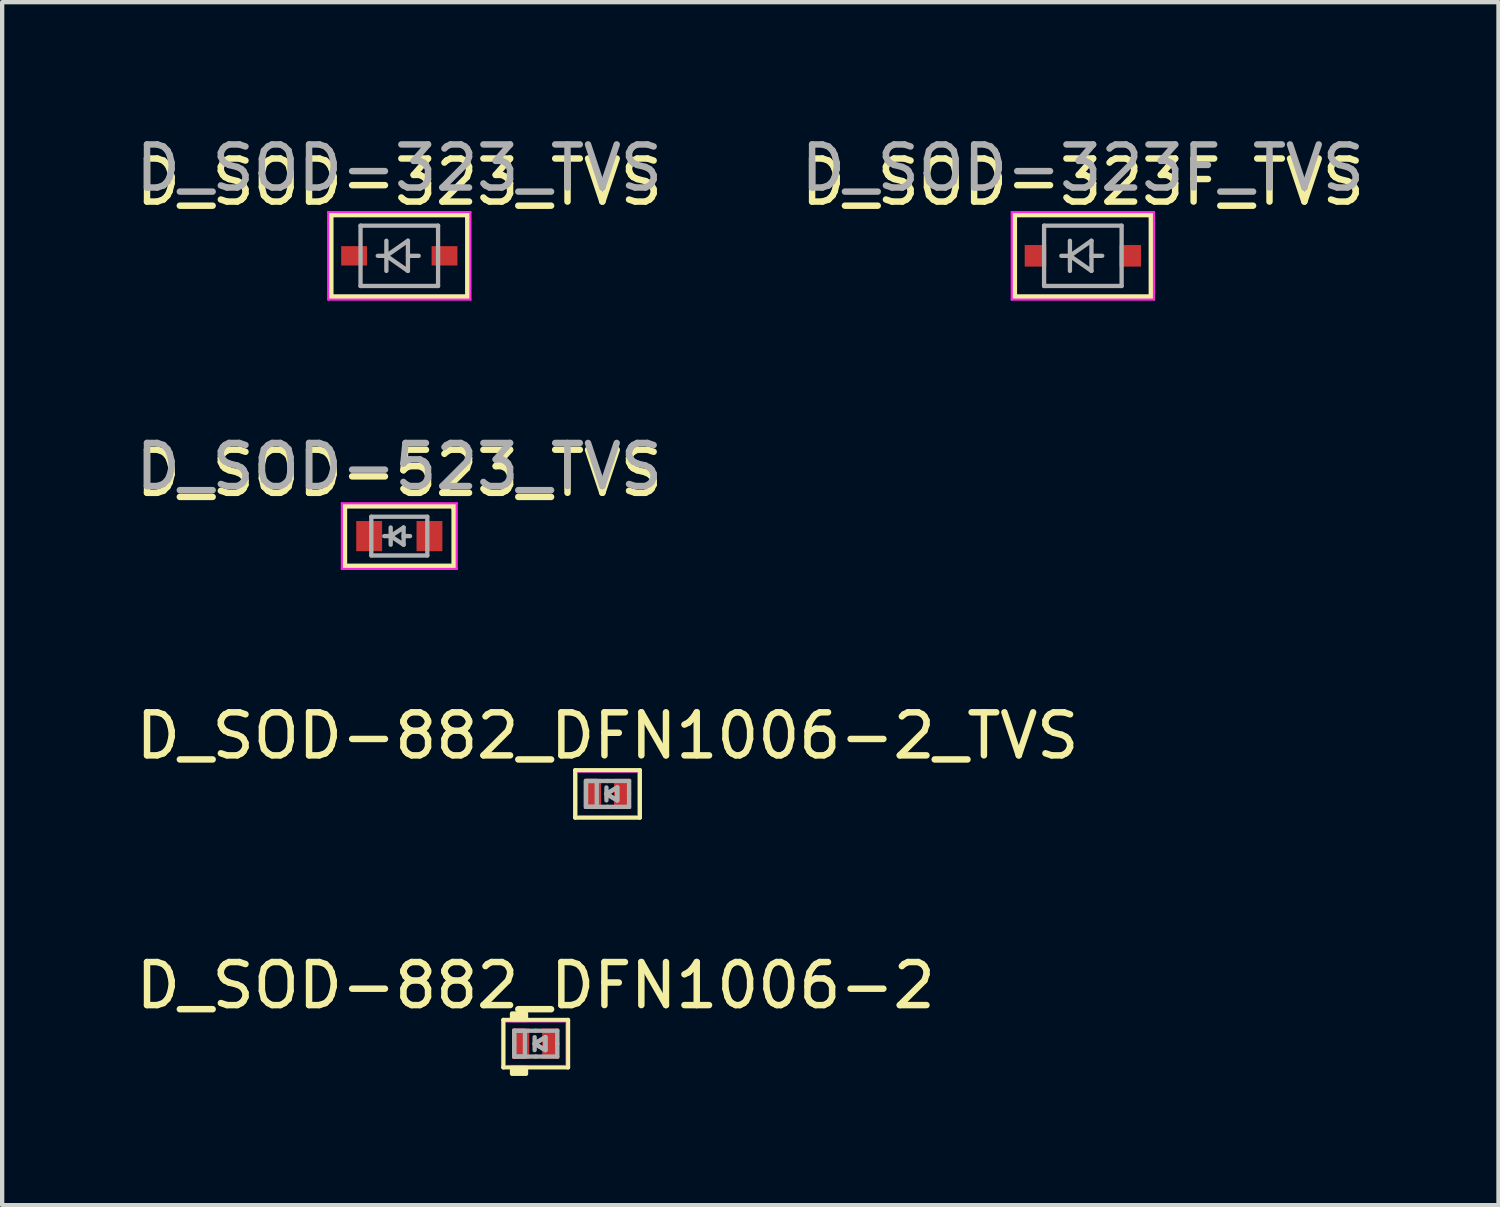
<source format=kicad_pcb>
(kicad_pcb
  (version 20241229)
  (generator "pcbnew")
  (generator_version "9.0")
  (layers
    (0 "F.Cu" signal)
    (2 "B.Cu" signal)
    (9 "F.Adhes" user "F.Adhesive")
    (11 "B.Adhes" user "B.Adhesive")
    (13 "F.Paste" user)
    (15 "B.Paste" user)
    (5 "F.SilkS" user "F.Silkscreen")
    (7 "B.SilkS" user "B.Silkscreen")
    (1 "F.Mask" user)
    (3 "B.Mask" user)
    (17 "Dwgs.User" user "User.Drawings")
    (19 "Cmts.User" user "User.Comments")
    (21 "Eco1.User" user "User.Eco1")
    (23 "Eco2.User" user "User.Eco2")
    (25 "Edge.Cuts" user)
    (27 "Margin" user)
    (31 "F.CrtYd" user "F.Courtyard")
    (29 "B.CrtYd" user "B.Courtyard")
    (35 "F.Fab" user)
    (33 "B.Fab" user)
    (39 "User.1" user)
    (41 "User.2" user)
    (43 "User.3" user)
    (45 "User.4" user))
  (footprint "D_SOD-323F_TVS"
    (layer "F.Cu")
    (at 22.089 2.889)
    (property "Reference" "D_SOD-323F_TVS" (at 0 -1.714 0) (layer "F.SilkS") (effects (font (size 1 1) (thickness 0.15))))
    (attr smd)
    (fp_line (start -1.587 -0.953) (end -1.587 0.953) (stroke (width 0.12) (type solid)) (layer "F.SilkS"))
    (fp_line (start -1.587 0.953) (end 1.587 0.953) (stroke (width 0.12) (type solid)) (layer "F.SilkS"))
    (fp_line (start 1.587 -0.953) (end -1.587 -0.953) (stroke (width 0.12) (type solid)) (layer "F.SilkS"))
    (fp_line (start 1.587 0.953) (end 1.587 -0.953) (stroke (width 0.12) (type solid)) (layer "F.SilkS"))
    (fp_line (start -1.651 -1.016) (end -1.651 1.016) (stroke (width 0.05) (type solid)) (layer "F.CrtYd"))
    (fp_line (start -1.651 -1.016) (end 1.651 -1.016) (stroke (width 0.05) (type solid)) (layer "F.CrtYd"))
    (fp_line (start -1.651 1.016) (end 1.651 1.016) (stroke (width 0.05) (type solid)) (layer "F.CrtYd"))
    (fp_line (start 1.651 -1.016) (end 1.651 1.016) (stroke (width 0.05) (type solid)) (layer "F.CrtYd"))
    (fp_line (start -0.9 -0.7) (end 0.9 -0.7) (stroke (width 0.1) (type solid)) (layer "F.Fab"))
    (fp_line (start -0.9 0.7) (end -0.9 -0.7) (stroke (width 0.1) (type solid)) (layer "F.Fab"))
    (fp_line (start -0.3 -0.35) (end -0.3 0.35) (stroke (width 0.1) (type solid)) (layer "F.Fab"))
    (fp_line (start -0.3 0) (end -0.5 0) (stroke (width 0.1) (type solid)) (layer "F.Fab"))
    (fp_line (start -0.3 0) (end 0.2 -0.35) (stroke (width 0.1) (type solid)) (layer "F.Fab"))
    (fp_line (start 0.2 -0.35) (end 0.2 0.35) (stroke (width 0.1) (type solid)) (layer "F.Fab"))
    (fp_line (start 0.2 0) (end 0.45 0) (stroke (width 0.1) (type solid)) (layer "F.Fab"))
    (fp_line (start 0.2 0.35) (end -0.3 0) (stroke (width 0.1) (type solid)) (layer "F.Fab"))
    (fp_line (start 0.9 -0.7) (end 0.9 0.7) (stroke (width 0.1) (type solid)) (layer "F.Fab"))
    (fp_line (start 0.9 0.7) (end -0.9 0.7) (stroke (width 0.1) (type solid)) (layer "F.Fab"))
    (fp_text user "${REFERENCE}" (at 0 -2.041 0) (layer "F.Fab") (effects (font (size 1 1) (thickness 0.15))))
    (pad "1" smd rect (at -1.1 0) (size 0.5 0.5) (layers "F.Cu" "F.Mask" "F.Paste"))
    (pad "2" smd rect (at 1.1 0) (size 0.5 0.5) (layers "F.Cu" "F.Mask" "F.Paste")))
  (footprint "D_SOD-882_DFN1006-2"
    (layer "F.Cu")
    (at 9.387 21.179)
    (property "Reference" "D_SOD-882_DFN1006-2" (at 0 -1.35 0) (unlocked yes) (layer "F.SilkS") (effects (font (size 1 1) (thickness 0.15))))
    (fp_line (start -0.75 -0.55) (end 0.75 -0.55) (stroke (width 0.1) (type solid)) (layer "F.SilkS"))
    (fp_line (start -0.75 0.55) (end -0.75 -0.55) (stroke (width 0.1) (type solid)) (layer "F.SilkS"))
    (fp_line (start 0.75 -0.55) (end 0.75 0.55) (stroke (width 0.1) (type solid)) (layer "F.SilkS"))
    (fp_line (start 0.75 0.55) (end -0.75 0.55) (stroke (width 0.1) (type solid)) (layer "F.SilkS"))
    (fp_rect (start -0.55 -0.55) (end -0.225 -0.7) (stroke (width 0.1) (type solid)) (fill yes) (layer "F.SilkS"))
    (fp_rect (start -0.55 0.7) (end -0.225 0.55) (stroke (width 0.1) (type solid)) (fill yes) (layer "F.SilkS"))
    (fp_line (start -0.7 -0.5) (end -0.7 0.5) (stroke (width 0.013) (type solid)) (layer "F.CrtYd"))
    (fp_line (start -0.7 -0.5) (end 0.7 -0.5) (stroke (width 0.013) (type solid)) (layer "F.CrtYd"))
    (fp_line (start -0.7 0.5) (end 0.7 0.5) (stroke (width 0.013) (type solid)) (layer "F.CrtYd"))
    (fp_line (start 0.7 -0.5) (end 0.7 0.5) (stroke (width 0.013) (type solid)) (layer "F.CrtYd"))
    (fp_line (start -0.5 -0.3) (end -0.5 0) (stroke (width 0.1) (type solid)) (layer "F.Fab"))
    (fp_line (start -0.5 0) (end -0.5 0.3) (stroke (width 0.1) (type solid)) (layer "F.Fab"))
    (fp_line (start -0.025 -0.15) (end -0.025 0.15) (stroke (width 0.1) (type solid)) (layer "F.Fab"))
    (fp_line (start -0.025 0) (end 0.225 -0.15) (stroke (width 0.1) (type solid)) (layer "F.Fab"))
    (fp_line (start 0 -0.3) (end -0.5 -0.3) (stroke (width 0.1) (type solid)) (layer "F.Fab"))
    (fp_line (start 0 -0.3) (end 0.5 -0.3) (stroke (width 0.1) (type solid)) (layer "F.Fab"))
    (fp_line (start 0 0.3) (end -0.5 0.3) (stroke (width 0.1) (type solid)) (layer "F.Fab"))
    (fp_line (start 0.225 -0.15) (end 0.225 0.15) (stroke (width 0.1) (type solid)) (layer "F.Fab"))
    (fp_line (start 0.225 0.15) (end -0.025 0) (stroke (width 0.1) (type solid)) (layer "F.Fab"))
    (fp_line (start 0.5 -0.3) (end 0.5 0) (stroke (width 0.1) (type solid)) (layer "F.Fab"))
    (fp_line (start 0.5 0) (end 0.5 0.3) (stroke (width 0.1) (type solid)) (layer "F.Fab"))
    (fp_line (start 0.5 0.3) (end 0 0.3) (stroke (width 0.1) (type solid)) (layer "F.Fab"))
    (fp_poly (pts (xy 0.225 0.15) (xy -0.025 0) (xy 0.225 -0.15)) (stroke (width 0.1) (type solid)) (fill no) (layer "F.Fab"))
    (fp_poly (pts (xy -0.25 0.3) (xy -0.5 0.3) (xy -0.5 -0.3) (xy -0.25 -0.3)) (stroke (width 0.1) (type solid)) (fill no) (layer "F.Fab"))
    (pad "1" smd rect (at -0.35 0) (size 0.4 0.7) (layers "F.Cu" "F.Mask" "F.Paste"))
    (pad "2" smd rect (at 0.35 0) (size 0.4 0.7) (layers "F.Cu" "F.Mask" "F.Paste")))
  (footprint "D_SOD-323_TVS"
    (layer "F.Cu")
    (at 6.22 2.889)
    (property "Reference" "D_SOD-323_TVS" (at 0 -1.714 0) (layer "F.SilkS") (effects (font (size 1 1) (thickness 0.15))))
    (attr smd)
    (fp_line (start -1.587 -0.953) (end -1.587 0.953) (stroke (width 0.12) (type solid)) (layer "F.SilkS"))
    (fp_line (start -1.587 0.953) (end 1.587 0.953) (stroke (width 0.12) (type solid)) (layer "F.SilkS"))
    (fp_line (start 1.587 -0.953) (end -1.587 -0.953) (stroke (width 0.12) (type solid)) (layer "F.SilkS"))
    (fp_line (start 1.587 -0.889) (end 1.587 -0.953) (stroke (width 0.12) (type solid)) (layer "F.SilkS"))
    (fp_line (start 1.587 0.953) (end 1.587 -0.889) (stroke (width 0.12) (type solid)) (layer "F.SilkS"))
    (fp_line (start -1.651 -1.016) (end -1.651 1.016) (stroke (width 0.05) (type solid)) (layer "F.CrtYd"))
    (fp_line (start -1.651 -1.016) (end 1.651 -1.016) (stroke (width 0.05) (type solid)) (layer "F.CrtYd"))
    (fp_line (start -1.651 1.016) (end 1.651 1.016) (stroke (width 0.05) (type solid)) (layer "F.CrtYd"))
    (fp_line (start 1.651 -1.016) (end 1.651 1.016) (stroke (width 0.05) (type solid)) (layer "F.CrtYd"))
    (fp_line (start -0.9 -0.7) (end 0.9 -0.7) (stroke (width 0.1) (type solid)) (layer "F.Fab"))
    (fp_line (start -0.9 0.7) (end -0.9 -0.7) (stroke (width 0.1) (type solid)) (layer "F.Fab"))
    (fp_line (start -0.3 -0.35) (end -0.3 0.35) (stroke (width 0.1) (type solid)) (layer "F.Fab"))
    (fp_line (start -0.3 0) (end -0.5 0) (stroke (width 0.1) (type solid)) (layer "F.Fab"))
    (fp_line (start -0.3 0) (end 0.2 -0.35) (stroke (width 0.1) (type solid)) (layer "F.Fab"))
    (fp_line (start 0.2 -0.35) (end 0.2 0.35) (stroke (width 0.1) (type solid)) (layer "F.Fab"))
    (fp_line (start 0.2 0) (end 0.45 0) (stroke (width 0.1) (type solid)) (layer "F.Fab"))
    (fp_line (start 0.2 0.35) (end -0.3 0) (stroke (width 0.1) (type solid)) (layer "F.Fab"))
    (fp_line (start 0.9 -0.7) (end 0.9 0.7) (stroke (width 0.1) (type solid)) (layer "F.Fab"))
    (fp_line (start 0.9 0.7) (end -0.9 0.7) (stroke (width 0.1) (type solid)) (layer "F.Fab"))
    (fp_text user "${REFERENCE}" (at 0 -2.041 0) (layer "F.Fab") (effects (font (size 1 1) (thickness 0.15))))
    (pad "1" smd rect (at -1.05 0) (size 0.6 0.45) (layers "F.Cu" "F.Mask" "F.Paste"))
    (pad "2" smd rect (at 1.05 0) (size 0.6 0.45) (layers "F.Cu" "F.Mask" "F.Paste")))
  (footprint "D_SOD-523_TVS"
    (layer "F.Cu")
    (at 6.22 9.396)
    (property "Reference" "D_SOD-523_TVS" (at 0 -1.46 0) (layer "F.SilkS") (effects (font (size 1 1) (thickness 0.15))))
    (attr smd)
    (fp_line (start -1.27 -0.699) (end -1.27 0.699) (stroke (width 0.12) (type solid)) (layer "F.SilkS"))
    (fp_line (start -1.27 0.699) (end 1.27 0.699) (stroke (width 0.12) (type solid)) (layer "F.SilkS"))
    (fp_line (start 1.27 -0.699) (end -1.27 -0.699) (stroke (width 0.12) (type solid)) (layer "F.SilkS"))
    (fp_line (start 1.27 -0.635) (end 1.27 -0.699) (stroke (width 0.12) (type solid)) (layer "F.SilkS"))
    (fp_line (start 1.27 0.699) (end 1.27 -0.635) (stroke (width 0.12) (type solid)) (layer "F.SilkS"))
    (fp_line (start -1.333 -0.762) (end 1.333 -0.762) (stroke (width 0.05) (type solid)) (layer "F.CrtYd"))
    (fp_line (start -1.333 0.762) (end -1.333 -0.762) (stroke (width 0.05) (type solid)) (layer "F.CrtYd"))
    (fp_line (start 1.333 -0.762) (end 1.333 0.762) (stroke (width 0.05) (type solid)) (layer "F.CrtYd"))
    (fp_line (start 1.333 0.762) (end -1.333 0.762) (stroke (width 0.05) (type solid)) (layer "F.CrtYd"))
    (fp_line (start -0.65 -0.45) (end 0.65 -0.45) (stroke (width 0.1) (type solid)) (layer "F.Fab"))
    (fp_line (start -0.65 0.45) (end -0.65 -0.45) (stroke (width 0.1) (type solid)) (layer "F.Fab"))
    (fp_line (start -0.2 0) (end -0.35 0) (stroke (width 0.1) (type solid)) (layer "F.Fab"))
    (fp_line (start -0.2 0) (end 0.1 0.2) (stroke (width 0.1) (type solid)) (layer "F.Fab"))
    (fp_line (start -0.2 0.2) (end -0.2 -0.2) (stroke (width 0.1) (type solid)) (layer "F.Fab"))
    (fp_line (start 0.1 -0.2) (end -0.2 0) (stroke (width 0.1) (type solid)) (layer "F.Fab"))
    (fp_line (start 0.1 0) (end 0.25 0) (stroke (width 0.1) (type solid)) (layer "F.Fab"))
    (fp_line (start 0.1 0.2) (end 0.1 -0.2) (stroke (width 0.1) (type solid)) (layer "F.Fab"))
    (fp_line (start 0.65 -0.45) (end 0.65 0.45) (stroke (width 0.1) (type solid)) (layer "F.Fab"))
    (fp_line (start 0.65 0.45) (end -0.65 0.45) (stroke (width 0.1) (type solid)) (layer "F.Fab"))
    (fp_text user "${REFERENCE}" (at 0 -1.617 0) (layer "F.Fab") (effects (font (size 1 1) (thickness 0.15))))
    (pad "1" smd rect (at -0.7 0 180) (size 0.6 0.7) (layers "F.Cu" "F.Mask" "F.Paste"))
    (pad "2" smd rect (at 0.7 0 180) (size 0.6 0.7) (layers "F.Cu" "F.Mask" "F.Paste")))
  (footprint "D_SOD-882_DFN1006-2_TVS"
    (layer "F.Cu")
    (at 11.054 15.381)
    (property "Reference" "D_SOD-882_DFN1006-2_TVS" (at 0 -1.35 0) (unlocked yes) (layer "F.SilkS") (effects (font (size 1 1) (thickness 0.15))))
    (fp_line (start -0.75 -0.55) (end 0.75 -0.55) (stroke (width 0.1) (type solid)) (layer "F.SilkS"))
    (fp_line (start -0.75 0.55) (end -0.75 -0.55) (stroke (width 0.1) (type solid)) (layer "F.SilkS"))
    (fp_line (start 0.75 -0.55) (end 0.75 0.55) (stroke (width 0.1) (type solid)) (layer "F.SilkS"))
    (fp_line (start 0.75 0.55) (end -0.75 0.55) (stroke (width 0.1) (type solid)) (layer "F.SilkS"))
    (fp_line (start -0.7 -0.5) (end -0.7 0.5) (stroke (width 0.013) (type solid)) (layer "F.CrtYd"))
    (fp_line (start -0.7 -0.5) (end 0.7 -0.5) (stroke (width 0.013) (type solid)) (layer "F.CrtYd"))
    (fp_line (start -0.7 0.5) (end 0.7 0.5) (stroke (width 0.013) (type solid)) (layer "F.CrtYd"))
    (fp_line (start 0.7 -0.5) (end 0.7 0.5) (stroke (width 0.013) (type solid)) (layer "F.CrtYd"))
    (fp_line (start -0.5 -0.3) (end -0.5 0) (stroke (width 0.1) (type solid)) (layer "F.Fab"))
    (fp_line (start -0.5 0) (end -0.5 0.3) (stroke (width 0.1) (type solid)) (layer "F.Fab"))
    (fp_line (start -0.025 -0.15) (end -0.025 0.15) (stroke (width 0.1) (type solid)) (layer "F.Fab"))
    (fp_line (start -0.025 0) (end 0.225 -0.15) (stroke (width 0.1) (type solid)) (layer "F.Fab"))
    (fp_line (start 0 -0.3) (end -0.5 -0.3) (stroke (width 0.1) (type solid)) (layer "F.Fab"))
    (fp_line (start 0 -0.3) (end 0.5 -0.3) (stroke (width 0.1) (type solid)) (layer "F.Fab"))
    (fp_line (start 0 0.3) (end -0.5 0.3) (stroke (width 0.1) (type solid)) (layer "F.Fab"))
    (fp_line (start 0.225 -0.15) (end 0.225 0.15) (stroke (width 0.1) (type solid)) (layer "F.Fab"))
    (fp_line (start 0.225 0.15) (end -0.025 0) (stroke (width 0.1) (type solid)) (layer "F.Fab"))
    (fp_line (start 0.5 -0.3) (end 0.5 0) (stroke (width 0.1) (type solid)) (layer "F.Fab"))
    (fp_line (start 0.5 0) (end 0.5 0.3) (stroke (width 0.1) (type solid)) (layer "F.Fab"))
    (fp_line (start 0.5 0.3) (end 0 0.3) (stroke (width 0.1) (type solid)) (layer "F.Fab"))
    (fp_poly (pts (xy 0.225 0.15) (xy -0.025 0) (xy 0.225 -0.15)) (stroke (width 0.1) (type solid)) (fill no) (layer "F.Fab"))
    (fp_poly (pts (xy -0.25 0.3) (xy -0.5 0.3) (xy -0.5 -0.3) (xy -0.25 -0.3)) (stroke (width 0.1) (type solid)) (fill no) (layer "F.Fab"))
    (pad "1" smd rect (at -0.35 0) (size 0.4 0.7) (layers "F.Cu" "F.Mask" "F.Paste"))
    (pad "2" smd rect (at 0.35 0) (size 0.4 0.7) (layers "F.Cu" "F.Mask" "F.Paste")))
  (gr_rect
    (start -3 -3)
    (end 31.738 24.929)
    (stroke (width 0.1) (type default))
    (fill no)
    (layer "Edge.Cuts")))
</source>
